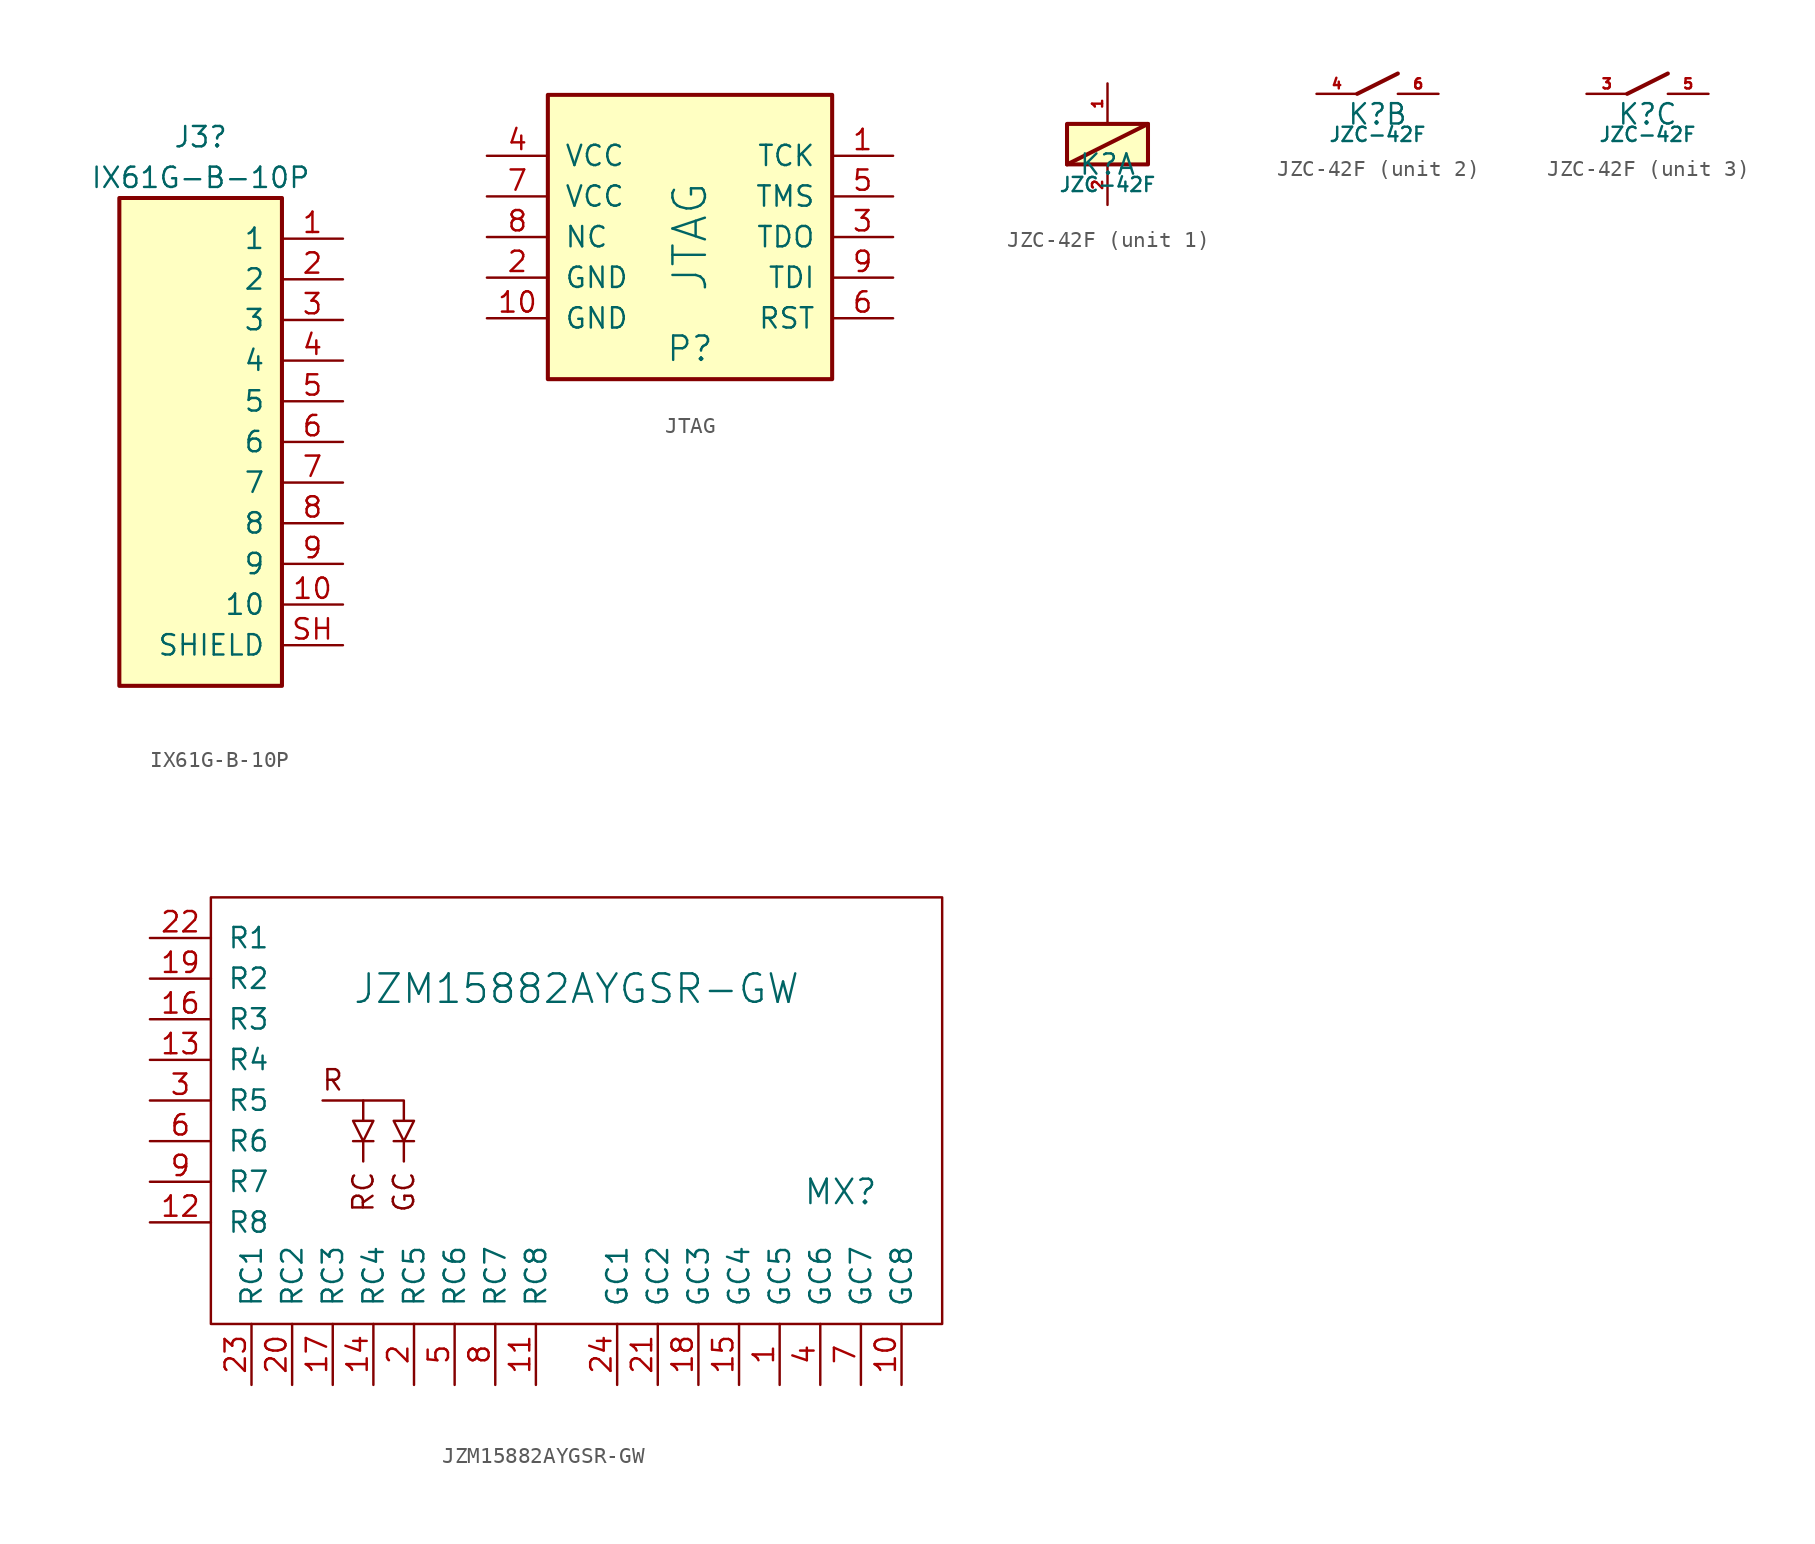
<source format=kicad_sym>
(kicad_symbol_lib
  (version 20231120)
  (generator "kicad_symbol_editor")
  (generator_version "8.0")
  (symbol "IX61G-B-10P"
    (pin_names
      (offset 1.016))
    (property "Reference" "J3"
      (at 0 19.05 0)
      (effects (font (size 1.27 1.27))))
    (property "Value" "IX61G-B-10P"
      (at 0 16.51 0)
      (effects (font (size 1.27 1.27))))
    (symbol "IX61G-B-10P_0_0"
      (rectangle (start -5.08 15.24) (end 5.08 -15.24) (stroke (width 0.254) (type default)) (fill (type background))))
    (symbol "IX61G-B-10P_1_0"
      (pin passive line (at 8.89 12.7 180) (length 3.81) (name "1" (effects (font (size 1.27 1.27)))) (number "1" (effects (font (size 1.27 1.27)))))
      (pin passive line (at 8.89 -10.16 180) (length 3.81) (name "10" (effects (font (size 1.27 1.27)))) (number "10" (effects (font (size 1.27 1.27)))))
      (pin passive line (at 8.89 10.16 180) (length 3.81) (name "2" (effects (font (size 1.27 1.27)))) (number "2" (effects (font (size 1.27 1.27)))))
      (pin passive line (at 8.89 7.62 180) (length 3.81) (name "3" (effects (font (size 1.27 1.27)))) (number "3" (effects (font (size 1.27 1.27)))))
      (pin passive line (at 8.89 5.08 180) (length 3.81) (name "4" (effects (font (size 1.27 1.27)))) (number "4" (effects (font (size 1.27 1.27)))))
      (pin passive line (at 8.89 2.54 180) (length 3.81) (name "5" (effects (font (size 1.27 1.27)))) (number "5" (effects (font (size 1.27 1.27)))))
      (pin passive line (at 8.89 0 180) (length 3.81) (name "6" (effects (font (size 1.27 1.27)))) (number "6" (effects (font (size 1.27 1.27)))))
      (pin passive line (at 8.89 -2.54 180) (length 3.81) (name "7" (effects (font (size 1.27 1.27)))) (number "7" (effects (font (size 1.27 1.27)))))
      (pin passive line (at 8.89 -5.08 180) (length 3.81) (name "8" (effects (font (size 1.27 1.27)))) (number "8" (effects (font (size 1.27 1.27)))))
      (pin passive line (at 8.89 -7.62 180) (length 3.81) (name "9" (effects (font (size 1.27 1.27)))) (number "9" (effects (font (size 1.27 1.27)))))
      (pin passive line (at 8.89 -12.7 180) (length 3.81) (name "SHIELD" (effects (font (size 1.27 1.27)))) (number "SH" (effects (font (size 1.27 1.27)))))))
  (symbol "JTAG"
    (pin_names
      (offset 1.016))
    (property "Reference" "P"
      (at 0 -6.985 0)
      (effects (font (size 1.524 1.524))))
    (property "Value" "JTAG"
      (at 0 0 90)
      (effects (font (size 2.032 2.032))))
    (property "Footprint" ""
      (at 0 0 0)
      (effects (font (size 1.524 1.524))))
    (property "Datasheet" ""
      (at 0 0 0)
      (effects (font (size 1.524 1.524))))
    (symbol "JTAG_0_1"
      (rectangle (start -8.89 8.89) (end 8.89 -8.89) (stroke (width 0.254) (type default)) (fill (type background))))
    (symbol "JTAG_1_1"
      (pin passive line (at 12.7 5.08 180) (length 3.81) (name "TCK" (effects (font (size 1.27 1.27)))) (number "1" (effects (font (size 1.27 1.27)))))
      (pin power_in line (at -12.7 -5.08 0) (length 3.81) (name "GND" (effects (font (size 1.27 1.27)))) (number "10" (effects (font (size 1.27 1.27)))))
      (pin power_in line (at -12.7 -2.54 0) (length 3.81) (name "GND" (effects (font (size 1.27 1.27)))) (number "2" (effects (font (size 1.27 1.27)))))
      (pin passive line (at 12.7 0 180) (length 3.81) (name "TDO" (effects (font (size 1.27 1.27)))) (number "3" (effects (font (size 1.27 1.27)))))
      (pin power_in line (at -12.7 5.08 0) (length 3.81) (name "VCC" (effects (font (size 1.27 1.27)))) (number "4" (effects (font (size 1.27 1.27)))))
      (pin passive line (at 12.7 2.54 180) (length 3.81) (name "TMS" (effects (font (size 1.27 1.27)))) (number "5" (effects (font (size 1.27 1.27)))))
      (pin passive line (at 12.7 -5.08 180) (length 3.81) (name "RST" (effects (font (size 1.27 1.27)))) (number "6" (effects (font (size 1.27 1.27)))))
      (pin power_in line (at -12.7 2.54 0) (length 3.81) (name "VCC" (effects (font (size 1.27 1.27)))) (number "7" (effects (font (size 1.27 1.27)))))
      (pin passive line (at -12.7 0 0) (length 3.81) (name "NC" (effects (font (size 1.27 1.27)))) (number "8" (effects (font (size 1.27 1.27)))))
      (pin passive line (at 12.7 -2.54 180) (length 3.81) (name "TDI" (effects (font (size 1.27 1.27)))) (number "9" (effects (font (size 1.27 1.27)))))))
  (symbol "JZC-42F"
    (property "Reference" "K"
      (at 0 -1.27 0)
      (effects (font (size 1.27 1.27))))
    (property "Value" "JZC-42F"
      (at 0 -2.54 0)
      (effects (font (size 0.889 0.889))))
    (property "ki_locked" ""
      (at 0 0 0)
      (effects (font (size 1.27 1.27))))
    (symbol "JZC-42F_1_1"
      (rectangle (start -2.54 1.27) (end 2.54 -1.27) (stroke (width 0.254) (type default)) (fill (type background)))
      (polyline (pts (xy 2.54 1.27) (xy -2.54 -1.27)) (stroke (width 0.254) (type default)) (fill (type none)))
      (pin passive line (at 0 3.81 270) (length 2.54) (name "~" (effects (font (size 1.27 1.27)))) (number "1" (effects (font (size 0.635 0.635)))))
      (pin passive line (at 0 -3.81 90) (length 2.54) (name "~" (effects (font (size 1.27 1.27)))) (number "2" (effects (font (size 0.635 0.635))))))
    (symbol "JZC-42F_2_1"
      (polyline (pts (xy -1.27 0) (xy 1.27 1.27)) (stroke (width 0.254) (type default)) (fill (type none)))
      (pin passive line (at -3.81 0 0) (length 2.54) (name "~" (effects (font (size 1.27 1.27)))) (number "4" (effects (font (size 0.635 0.635)))))
      (pin passive line (at 3.81 0 180) (length 2.54) (name "~" (effects (font (size 1.27 1.27)))) (number "6" (effects (font (size 0.635 0.635))))))
    (symbol "JZC-42F_3_1"
      (polyline (pts (xy -1.27 0) (xy 1.27 1.27)) (stroke (width 0.254) (type default)) (fill (type none)))
      (pin passive line (at -3.81 0 0) (length 2.54) (name "~" (effects (font (size 1.27 1.27)))) (number "3" (effects (font (size 0.635 0.635)))))
      (pin passive line (at 3.81 0 180) (length 2.54) (name "~" (effects (font (size 1.27 1.27)))) (number "5" (effects (font (size 0.635 0.635)))))))
  (symbol "JZM15882AYGSR-GW"
    (pin_names
      (offset 1.016))
    (property "Reference" "MX"
      (at 16.51 -6.985 0)
      (effects (font (size 1.524 1.524))))
    (property "Value" "JZM15882AYGSR-GW"
      (at 0 5.715 0)
      (effects (font (size 1.778 1.778))))
    (property "Footprint" ""
      (at 0 0 0)
      (effects (font (size 1.524 1.524))))
    (property "Datasheet" ""
      (at 0 0 0)
      (effects (font (size 1.524 1.524))))
    (symbol "JZM15882AYGSR-GW_0_0"
      (text "GC" (at -10.795 -6.985 900) (effects (font (size 1.27 1.27))))
      (text "R" (at -15.24 0 0) (effects (font (size 1.27 1.27))))
      (text "RC" (at -13.335 -6.985 900) (effects (font (size 1.27 1.27)))))
    (symbol "JZM15882AYGSR-GW_0_1"
      (polyline (pts (xy -13.97 -3.81) (xy -12.7 -3.81) (xy -12.7 -3.81)) (stroke (width 0) (type default)) (fill (type none)))
      (polyline (pts (xy -13.335 -3.81) (xy -13.335 -5.08) (xy -13.335 -5.08)) (stroke (width 0) (type default)) (fill (type none)))
      (polyline (pts (xy -13.335 -2.54) (xy -13.335 -1.27) (xy -13.335 -1.27)) (stroke (width 0) (type default)) (fill (type none)))
      (polyline (pts (xy -11.43 -3.81) (xy -10.16 -3.81) (xy -10.16 -3.81)) (stroke (width 0) (type default)) (fill (type none)))
      (polyline (pts (xy -10.795 -3.81) (xy -10.795 -5.08) (xy -10.795 -5.08)) (stroke (width 0) (type default)) (fill (type none)))
      (polyline (pts (xy -15.875 -1.27) (xy -10.795 -1.27) (xy -10.795 -2.54) (xy -10.795 -2.54)) (stroke (width 0) (type default)) (fill (type none)))
      (polyline (pts (xy -12.7 -2.54) (xy -13.97 -2.54) (xy -13.335 -3.81) (xy -12.7 -2.54) (xy -12.7 -2.54)) (stroke (width 0) (type default)) (fill (type none)))
      (polyline (pts (xy -11.43 -2.54) (xy -10.16 -2.54) (xy -10.795 -3.81) (xy -11.43 -2.54) (xy -11.43 -2.54)) (stroke (width 0) (type default)) (fill (type none)))
      (rectangle (start 22.86 -15.24) (end -22.86 11.43) (stroke (width 0) (type default)) (fill (type none))))
    (symbol "JZM15882AYGSR-GW_1_1"
      (pin passive line (at 12.7 -19.05 90) (length 3.81) (name "GC5" (effects (font (size 1.27 1.27)))) (number "1" (effects (font (size 1.27 1.27)))))
      (pin passive line (at 20.32 -19.05 90) (length 3.81) (name "GC8" (effects (font (size 1.27 1.27)))) (number "10" (effects (font (size 1.27 1.27)))))
      (pin passive line (at -2.54 -19.05 90) (length 3.81) (name "RC8" (effects (font (size 1.27 1.27)))) (number "11" (effects (font (size 1.27 1.27)))))
      (pin passive line (at -26.67 -8.89 0) (length 3.81) (name "R8" (effects (font (size 1.27 1.27)))) (number "12" (effects (font (size 1.27 1.27)))))
      (pin passive line (at -26.67 1.27 0) (length 3.81) (name "R4" (effects (font (size 1.27 1.27)))) (number "13" (effects (font (size 1.27 1.27)))))
      (pin passive line (at -12.7 -19.05 90) (length 3.81) (name "RC4" (effects (font (size 1.27 1.27)))) (number "14" (effects (font (size 1.27 1.27)))))
      (pin passive line (at 10.16 -19.05 90) (length 3.81) (name "GC4" (effects (font (size 1.27 1.27)))) (number "15" (effects (font (size 1.27 1.27)))))
      (pin passive line (at -26.67 3.81 0) (length 3.81) (name "R3" (effects (font (size 1.27 1.27)))) (number "16" (effects (font (size 1.27 1.27)))))
      (pin passive line (at -15.24 -19.05 90) (length 3.81) (name "RC3" (effects (font (size 1.27 1.27)))) (number "17" (effects (font (size 1.27 1.27)))))
      (pin passive line (at 7.62 -19.05 90) (length 3.81) (name "GC3" (effects (font (size 1.27 1.27)))) (number "18" (effects (font (size 1.27 1.27)))))
      (pin passive line (at -26.67 6.35 0) (length 3.81) (name "R2" (effects (font (size 1.27 1.27)))) (number "19" (effects (font (size 1.27 1.27)))))
      (pin passive line (at -10.16 -19.05 90) (length 3.81) (name "RC5" (effects (font (size 1.27 1.27)))) (number "2" (effects (font (size 1.27 1.27)))))
      (pin passive line (at -17.78 -19.05 90) (length 3.81) (name "RC2" (effects (font (size 1.27 1.27)))) (number "20" (effects (font (size 1.27 1.27)))))
      (pin passive line (at 5.08 -19.05 90) (length 3.81) (name "GC2" (effects (font (size 1.27 1.27)))) (number "21" (effects (font (size 1.27 1.27)))))
      (pin passive line (at -26.67 8.89 0) (length 3.81) (name "R1" (effects (font (size 1.27 1.27)))) (number "22" (effects (font (size 1.27 1.27)))))
      (pin passive line (at -20.32 -19.05 90) (length 3.81) (name "RC1" (effects (font (size 1.27 1.27)))) (number "23" (effects (font (size 1.27 1.27)))))
      (pin passive line (at 2.54 -19.05 90) (length 3.81) (name "GC1" (effects (font (size 1.27 1.27)))) (number "24" (effects (font (size 1.27 1.27)))))
      (pin passive line (at -26.67 -1.27 0) (length 3.81) (name "R5" (effects (font (size 1.27 1.27)))) (number "3" (effects (font (size 1.27 1.27)))))
      (pin passive line (at 15.24 -19.05 90) (length 3.81) (name "GC6" (effects (font (size 1.27 1.27)))) (number "4" (effects (font (size 1.27 1.27)))))
      (pin passive line (at -7.62 -19.05 90) (length 3.81) (name "RC6" (effects (font (size 1.27 1.27)))) (number "5" (effects (font (size 1.27 1.27)))))
      (pin passive line (at -26.67 -3.81 0) (length 3.81) (name "R6" (effects (font (size 1.27 1.27)))) (number "6" (effects (font (size 1.27 1.27)))))
      (pin passive line (at 17.78 -19.05 90) (length 3.81) (name "GC7" (effects (font (size 1.27 1.27)))) (number "7" (effects (font (size 1.27 1.27)))))
      (pin passive line (at -5.08 -19.05 90) (length 3.81) (name "RC7" (effects (font (size 1.27 1.27)))) (number "8" (effects (font (size 1.27 1.27)))))
      (pin passive line (at -26.67 -6.35 0) (length 3.81) (name "R7" (effects (font (size 1.27 1.27)))) (number "9" (effects (font (size 1.27 1.27))))))))
</source>
